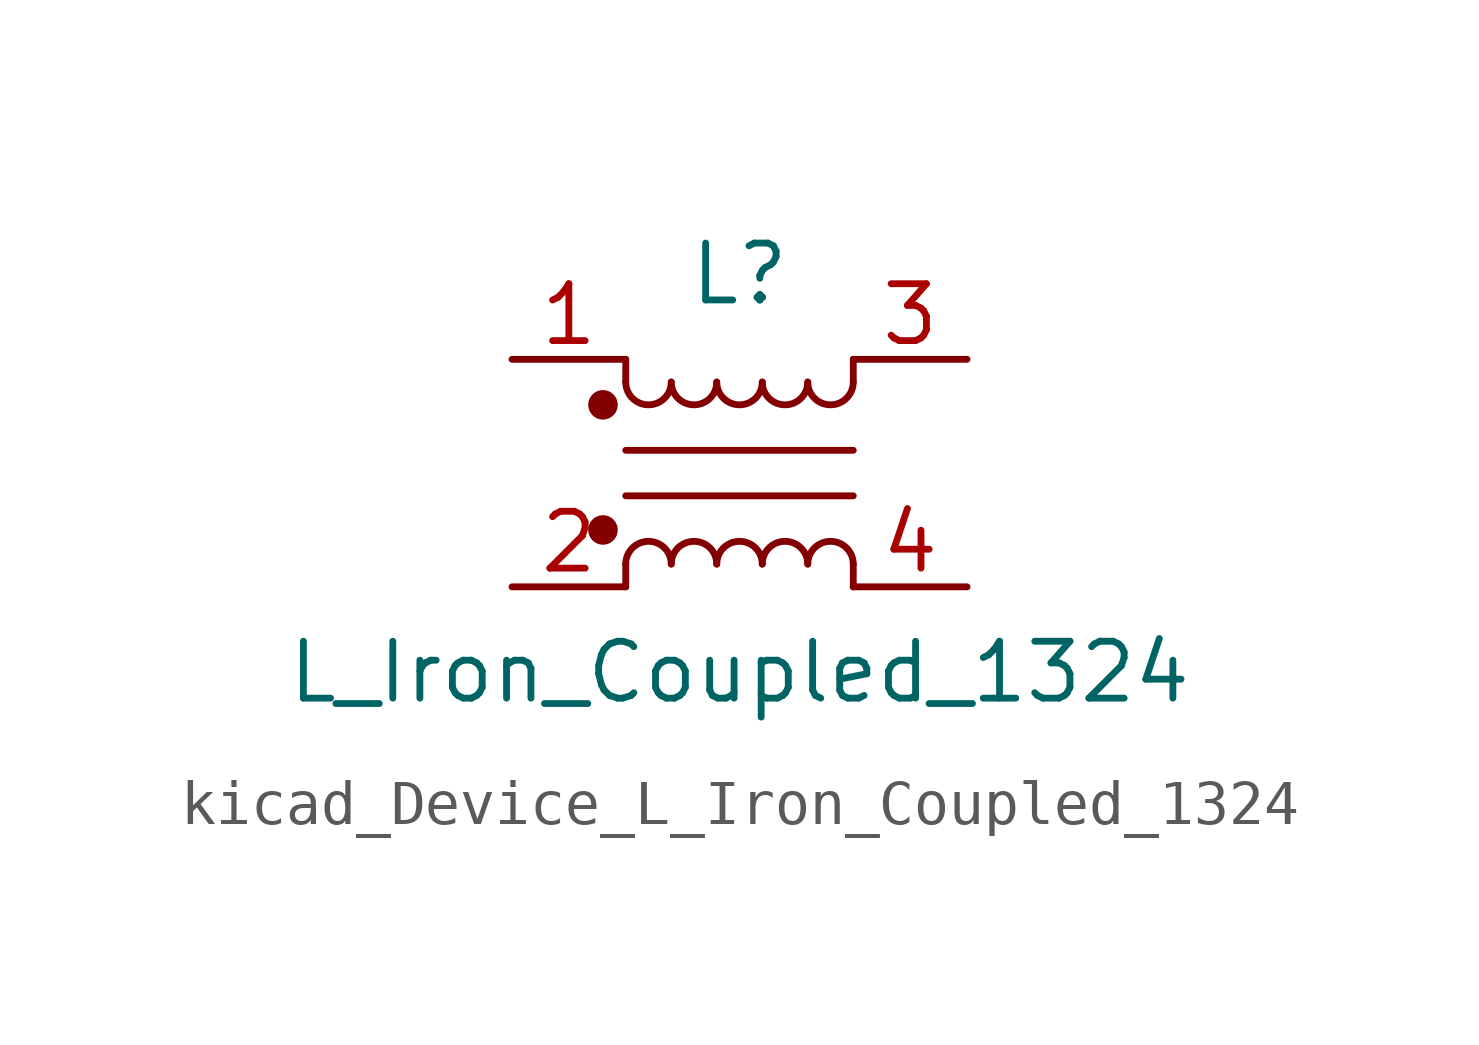
<source format=kicad_sym>
(kicad_symbol_lib
  (version 20220914)
  (generator kicad_symbol_editor)
  (symbol "kicad_Device_L_Iron_Coupled_1324"
    (pin_names
      (offset 0.254) hide)
    (property "Reference" "L"
      (at 0 4.445 0)
      (effects (font (size 1.27 1.27))))
    (property "Value" "L_Iron_Coupled_1324"
      (at 0 -4.445 0)
      (effects (font (size 1.27 1.27))))
    (symbol "kicad_Device_L_Iron_Coupled_1324_0_1"
      (circle (center -3.048 -1.27) (radius 0.254) (stroke (width 0) (type default)) (fill (type outline)))
      (circle (center -3.048 1.524) (radius 0.254) (stroke (width 0) (type default)) (fill (type outline)))
      (arc (start -2.54 2.032) (mid -2.032 1.5262) (end -1.524 2.032) (stroke (width 0) (type default)) (fill (type none)))
      (arc (start -1.524 -2.032) (mid -2.032 -1.5262) (end -2.54 -2.032) (stroke (width 0) (type default)) (fill (type none)))
      (arc (start -1.524 2.032) (mid -1.016 1.5262) (end -0.508 2.032) (stroke (width 0) (type default)) (fill (type none)))
      (arc (start -0.508 -2.032) (mid -1.016 -1.5262) (end -1.524 -2.032) (stroke (width 0) (type default)) (fill (type none)))
      (arc (start -0.508 2.032) (mid 0 1.5262) (end 0.508 2.032) (stroke (width 0) (type default)) (fill (type none)))
      (polyline (pts (xy -2.54 -2.032) (xy -2.54 -2.54)) (stroke (width 0) (type default)) (fill (type none)))
      (polyline (pts (xy -2.54 0.508) (xy 2.54 0.508)) (stroke (width 0) (type default)) (fill (type none)))
      (polyline (pts (xy -2.54 2.032) (xy -2.54 2.54)) (stroke (width 0) (type default)) (fill (type none)))
      (polyline (pts (xy 2.54 -2.032) (xy 2.54 -2.54)) (stroke (width 0) (type default)) (fill (type none)))
      (polyline (pts (xy 2.54 -0.508) (xy -2.54 -0.508)) (stroke (width 0) (type default)) (fill (type none)))
      (polyline (pts (xy 2.54 2.54) (xy 2.54 2.032)) (stroke (width 0) (type default)) (fill (type none)))
      (arc (start 0.508 -2.032) (mid 0 -1.5262) (end -0.508 -2.032) (stroke (width 0) (type default)) (fill (type none)))
      (arc (start 0.508 2.032) (mid 1.016 1.5262) (end 1.524 2.032) (stroke (width 0) (type default)) (fill (type none)))
      (arc (start 1.524 -2.032) (mid 1.016 -1.5262) (end 0.508 -2.032) (stroke (width 0) (type default)) (fill (type none)))
      (arc (start 1.524 2.032) (mid 2.032 1.5262) (end 2.54 2.032) (stroke (width 0) (type default)) (fill (type none)))
      (arc (start 2.54 -2.032) (mid 2.032 -1.5262) (end 1.524 -2.032) (stroke (width 0) (type default)) (fill (type none))))
    (symbol "kicad_Device_L_Iron_Coupled_1324_1_1"
      (pin passive line (at -5.08 2.54 0) (length 2.54) (name "1" (effects (font (size 1.27 1.27)))) (number "1" (effects (font (size 1.27 1.27)))))
      (pin passive line (at -5.08 -2.54 0) (length 2.54) (name "2" (effects (font (size 1.27 1.27)))) (number "2" (effects (font (size 1.27 1.27)))))
      (pin passive line (at 5.08 2.54 180) (length 2.54) (name "3" (effects (font (size 1.27 1.27)))) (number "3" (effects (font (size 1.27 1.27)))))
      (pin passive line (at 5.08 -2.54 180) (length 2.54) (name "4" (effects (font (size 1.27 1.27)))) (number "4" (effects (font (size 1.27 1.27))))))))
</source>
